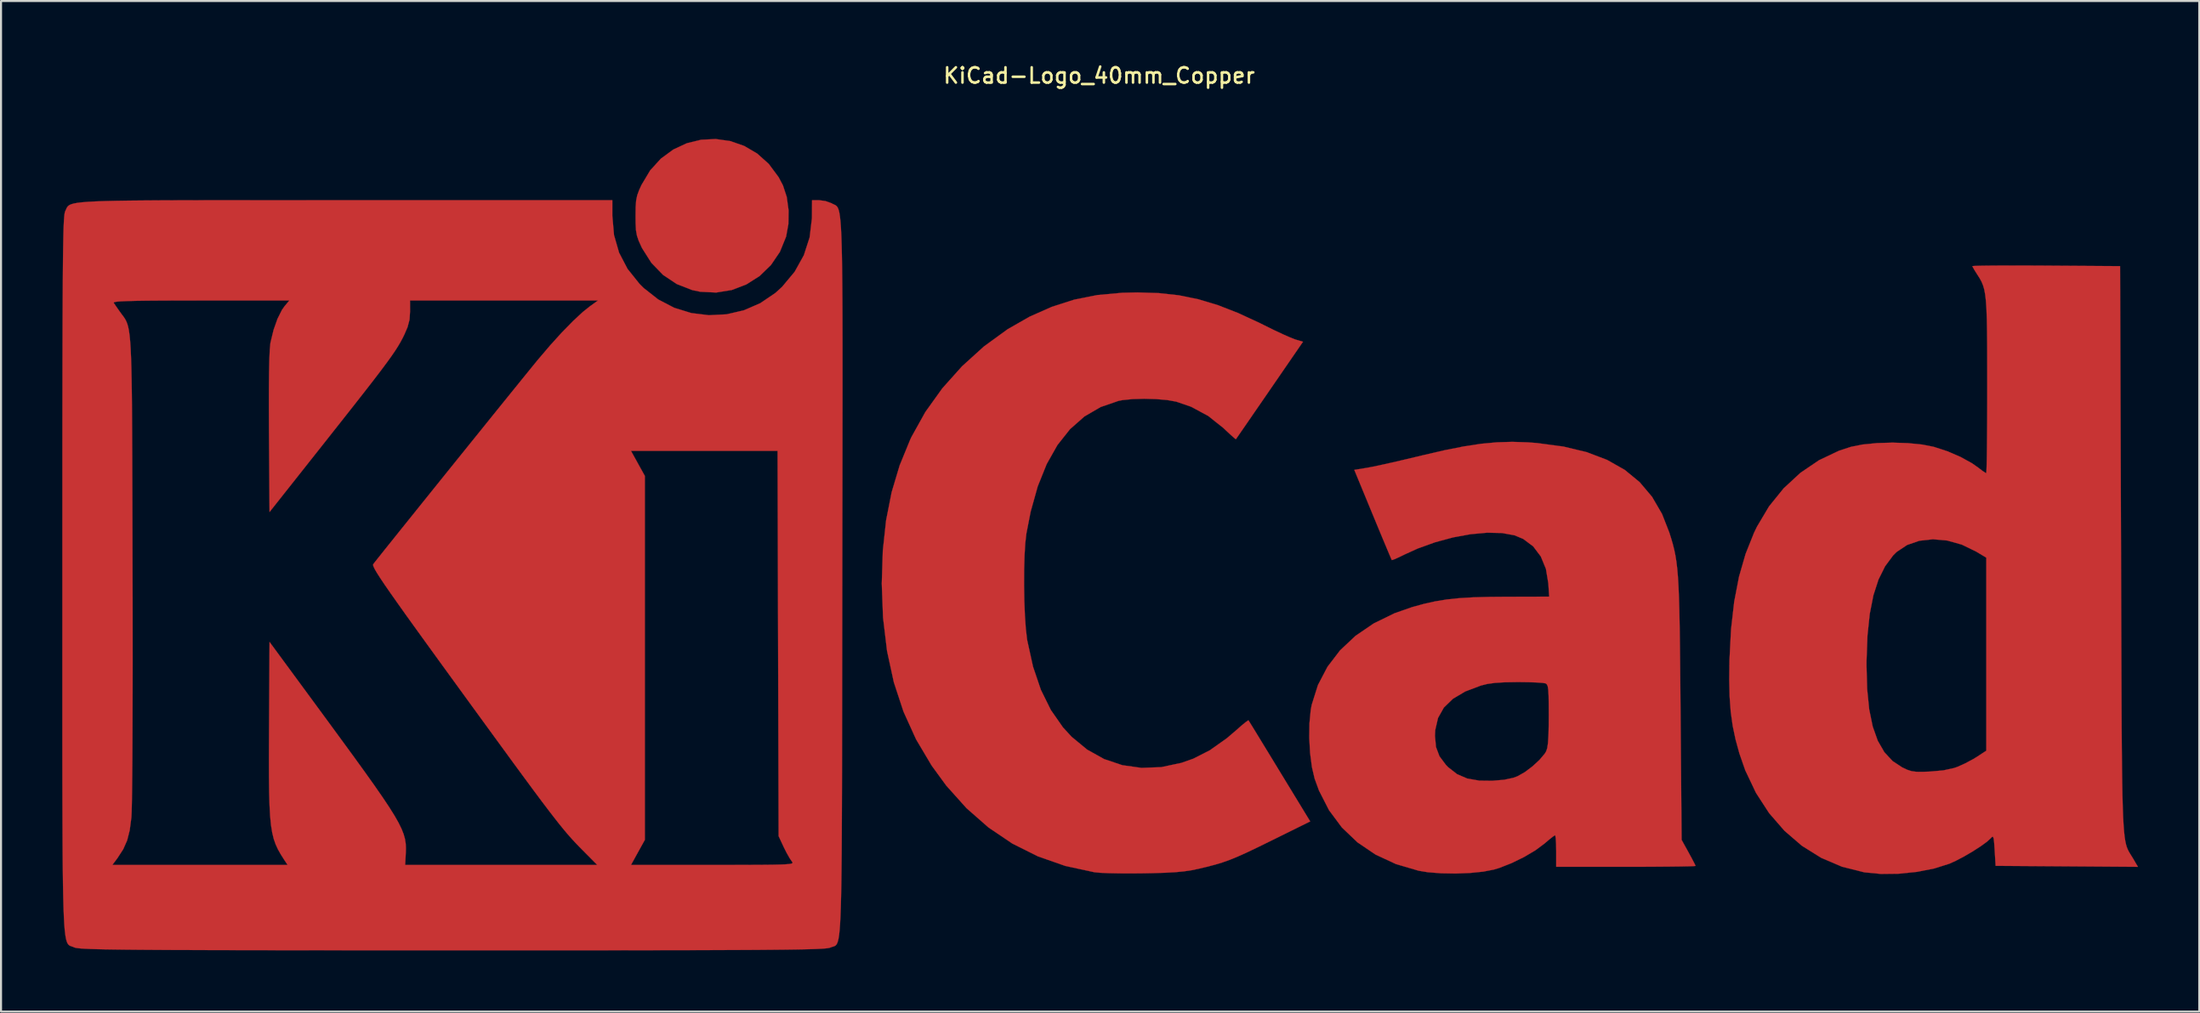
<source format=kicad_pcb>
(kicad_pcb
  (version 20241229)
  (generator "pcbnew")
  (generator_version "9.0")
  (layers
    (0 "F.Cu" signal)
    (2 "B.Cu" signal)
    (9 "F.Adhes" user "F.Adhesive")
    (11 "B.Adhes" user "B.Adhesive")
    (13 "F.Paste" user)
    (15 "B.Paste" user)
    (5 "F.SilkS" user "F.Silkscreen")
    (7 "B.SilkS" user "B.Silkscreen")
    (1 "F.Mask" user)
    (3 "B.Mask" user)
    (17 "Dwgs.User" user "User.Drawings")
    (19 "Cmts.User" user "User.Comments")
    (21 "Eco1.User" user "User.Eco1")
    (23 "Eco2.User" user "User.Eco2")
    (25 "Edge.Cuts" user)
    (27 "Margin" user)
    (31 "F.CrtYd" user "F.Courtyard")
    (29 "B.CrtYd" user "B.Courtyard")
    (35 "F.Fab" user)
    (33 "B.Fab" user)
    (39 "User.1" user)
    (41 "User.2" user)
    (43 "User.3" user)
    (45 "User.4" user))
  (footprint "KiCad-Logo_40mm_Copper"
    (layer "F.Cu")
    (at 50.806 23.518)
    (property "Reference" "KiCad-Logo_40mm_Copper" (at 0 -22.86 0) (layer "F.SilkS") (effects (font (size 0.75 0.75) (thickness 0.125))))
    (attr exclude_from_pos_files exclude_from_bom allow_missing_courtyard)
    (fp_poly (pts (xy -18.076 -19.651) (xy -17.392 -19.413) (xy -16.756 -19.04) (xy -16.187 -18.531) (xy -15.708 -17.886) (xy -15.493 -17.48) (xy -15.306 -16.911) (xy -15.216 -16.254) (xy -15.226 -15.579) (xy -15.337 -14.968) (xy -15.641 -14.22) (xy -16.081 -13.572) (xy -16.635 -13.035) (xy -17.282 -12.624) (xy -17.998 -12.349) (xy -18.761 -12.225) (xy -19.549 -12.263) (xy -19.938 -12.345) (xy -20.695 -12.64) (xy -21.367 -13.089) (xy -21.938 -13.679) (xy -22.393 -14.397) (xy -22.431 -14.475) (xy -22.564 -14.769) (xy -22.647 -15.017) (xy -22.693 -15.278) (xy -22.711 -15.613) (xy -22.714 -15.977) (xy -22.709 -16.415) (xy -22.686 -16.732) (xy -22.634 -16.987) (xy -22.541 -17.243) (xy -22.426 -17.496) (xy -21.998 -18.213) (xy -21.47 -18.793) (xy -20.864 -19.237) (xy -20.201 -19.545) (xy -19.501 -19.716) (xy -18.786 -19.751) (xy -18.076 -19.651)) (stroke (width 0.01) (type solid)) (fill yes) (layer "F.Cu"))
    (fp_poly (pts (xy 2.917 -12.197) (xy 3.899 -12.09) (xy 4.85 -11.898) (xy 5.809 -11.61) (xy 6.815 -11.218) (xy 7.907 -10.711) (xy 8.103 -10.613) (xy 8.554 -10.39) (xy 8.98 -10.19) (xy 9.338 -10.031) (xy 9.586 -9.933) (xy 9.624 -9.92) (xy 9.989 -9.811) (xy 8.354 -7.432) (xy 7.954 -6.85) (xy 7.588 -6.319) (xy 7.27 -5.856) (xy 7.01 -5.479) (xy 6.822 -5.207) (xy 6.718 -5.057) (xy 6.701 -5.033) (xy 6.632 -5.083) (xy 6.463 -5.232) (xy 6.223 -5.454) (xy 6.091 -5.58) (xy 5.343 -6.175) (xy 4.502 -6.627) (xy 3.778 -6.875) (xy 3.343 -6.953) (xy 2.799 -7) (xy 2.209 -7.016) (xy 1.638 -7) (xy 1.148 -6.951) (xy 0.953 -6.914) (xy 0.074 -6.611) (xy -0.719 -6.149) (xy -1.424 -5.528) (xy -2.041 -4.75) (xy -2.569 -3.815) (xy -3.008 -2.723) (xy -3.356 -1.477) (xy -3.564 -0.41) (xy -3.618 0.061) (xy -3.655 0.67) (xy -3.675 1.372) (xy -3.678 2.125) (xy -3.666 2.883) (xy -3.637 3.605) (xy -3.593 4.245) (xy -3.534 4.76) (xy -3.521 4.839) (xy -3.239 6.12) (xy -2.855 7.253) (xy -2.366 8.244) (xy -1.771 9.098) (xy -1.348 9.559) (xy -0.588 10.186) (xy 0.245 10.651) (xy 1.138 10.951) (xy 2.076 11.083) (xy 3.045 11.046) (xy 4.031 10.837) (xy 4.614 10.632) (xy 5.422 10.221) (xy 6.253 9.633) (xy 6.719 9.235) (xy 6.981 9.004) (xy 7.187 8.835) (xy 7.304 8.754) (xy 7.318 8.751) (xy 7.37 8.835) (xy 7.506 9.054) (xy 7.713 9.392) (xy 7.979 9.829) (xy 8.295 10.346) (xy 8.647 10.924) (xy 8.843 11.246) (xy 10.342 13.707) (xy 8.471 14.632) (xy 7.795 14.964) (xy 7.247 15.226) (xy 6.794 15.43) (xy 6.402 15.591) (xy 6.039 15.72) (xy 5.67 15.831) (xy 5.262 15.937) (xy 4.871 16.03) (xy 4.523 16.102) (xy 4.159 16.156) (xy 3.744 16.196) (xy 3.239 16.224) (xy 2.609 16.244) (xy 2.185 16.252) (xy 1.579 16.258) (xy 0.999 16.255) (xy 0.481 16.245) (xy 0.066 16.227) (xy -0.209 16.202) (xy -0.226 16.2) (xy -1.656 15.891) (xy -2.999 15.421) (xy -4.254 14.793) (xy -5.421 14.005) (xy -6.499 13.058) (xy -7.489 11.953) (xy -8.206 10.97) (xy -8.969 9.684) (xy -9.585 8.326) (xy -10.059 6.885) (xy -10.392 5.35) (xy -10.588 3.711) (xy -10.65 2.046) (xy -10.599 0.435) (xy -10.439 -1.051) (xy -10.166 -2.437) (xy -9.774 -3.749) (xy -9.257 -5.012) (xy -9.196 -5.142) (xy -8.516 -6.365) (xy -7.682 -7.529) (xy -6.716 -8.609) (xy -5.643 -9.582) (xy -4.485 -10.424) (xy -3.407 -11.041) (xy -2.317 -11.524) (xy -1.225 -11.875) (xy -0.089 -12.101) (xy 1.135 -12.213) (xy 1.866 -12.23) (xy 2.917 -12.197)) (stroke (width 0.01) (type solid)) (fill yes) (layer "F.Cu"))
    (fp_poly (pts (xy 45.37 -13.548) (xy 46.144 -13.545) (xy 46.407 -13.543) (xy 50.026 -13.519) (xy 50.072 0.364) (xy 50.078 2.247) (xy 50.083 3.956) (xy 50.088 5.501) (xy 50.093 6.891) (xy 50.098 8.133) (xy 50.104 9.238) (xy 50.111 10.214) (xy 50.12 11.07) (xy 50.13 11.814) (xy 50.142 12.456) (xy 50.157 13.005) (xy 50.174 13.468) (xy 50.195 13.855) (xy 50.219 14.176) (xy 50.246 14.438) (xy 50.278 14.651) (xy 50.314 14.823) (xy 50.355 14.963) (xy 50.401 15.08) (xy 50.453 15.184) (xy 50.511 15.282) (xy 50.574 15.384) (xy 50.644 15.498) (xy 50.659 15.522) (xy 50.9 15.934) (xy 43.927 15.886) (xy 43.881 15.12) (xy 43.856 14.753) (xy 43.83 14.54) (xy 43.795 14.456) (xy 43.743 14.473) (xy 43.699 14.522) (xy 43.507 14.699) (xy 43.195 14.926) (xy 42.806 15.177) (xy 42.384 15.424) (xy 41.974 15.64) (xy 41.659 15.782) (xy 40.921 16.015) (xy 40.074 16.181) (xy 39.181 16.272) (xy 38.304 16.282) (xy 37.506 16.205) (xy 37.493 16.203) (xy 36.401 15.929) (xy 35.379 15.492) (xy 34.436 14.903) (xy 33.583 14.169) (xy 32.829 13.301) (xy 32.185 12.308) (xy 31.659 11.2) (xy 31.373 10.378) (xy 31.185 9.691) (xy 31.045 9.026) (xy 30.949 8.342) (xy 30.894 7.599) (xy 30.875 6.757) (xy 30.883 6.069) (xy 37.601 6.069) (xy 37.633 7.222) (xy 37.733 8.215) (xy 37.905 9.055) (xy 38.152 9.752) (xy 38.476 10.314) (xy 38.881 10.75) (xy 39.348 11.058) (xy 39.592 11.173) (xy 39.803 11.242) (xy 40.038 11.274) (xy 40.354 11.276) (xy 40.695 11.264) (xy 41.364 11.205) (xy 41.894 11.089) (xy 42.06 11.031) (xy 42.44 10.86) (xy 42.841 10.645) (xy 43.016 10.538) (xy 43.471 10.239) (xy 43.471 0.776) (xy 42.971 0.476) (xy 42.272 0.136) (xy 41.559 -0.064) (xy 40.856 -0.127) (xy 40.191 -0.054) (xy 39.589 0.154) (xy 39.075 0.496) (xy 38.91 0.66) (xy 38.511 1.197) (xy 38.188 1.848) (xy 37.938 2.623) (xy 37.759 3.534) (xy 37.648 4.591) (xy 37.603 5.807) (xy 37.601 6.069) (xy 30.883 6.069) (xy 30.887 5.783) (xy 30.964 4.284) (xy 31.118 2.932) (xy 31.354 1.708) (xy 31.676 0.59) (xy 32.087 -0.439) (xy 32.234 -0.744) (xy 32.825 -1.739) (xy 33.54 -2.623) (xy 34.361 -3.383) (xy 35.272 -4.002) (xy 36.255 -4.469) (xy 36.845 -4.661) (xy 37.424 -4.775) (xy 38.121 -4.843) (xy 38.877 -4.865) (xy 39.634 -4.84) (xy 40.333 -4.77) (xy 40.895 -4.659) (xy 41.563 -4.442) (xy 42.211 -4.162) (xy 42.777 -3.849) (xy 43.079 -3.636) (xy 43.287 -3.478) (xy 43.433 -3.382) (xy 43.466 -3.368) (xy 43.476 -3.457) (xy 43.486 -3.709) (xy 43.495 -4.108) (xy 43.502 -4.635) (xy 43.508 -5.273) (xy 43.513 -6.005) (xy 43.516 -6.811) (xy 43.517 -7.633) (xy 43.516 -8.685) (xy 43.514 -9.572) (xy 43.507 -10.311) (xy 43.496 -10.919) (xy 43.478 -11.413) (xy 43.452 -11.809) (xy 43.416 -12.125) (xy 43.369 -12.378) (xy 43.308 -12.584) (xy 43.234 -12.762) (xy 43.144 -12.926) (xy 43.036 -13.096) (xy 43.022 -13.117) (xy 42.884 -13.336) (xy 42.8 -13.487) (xy 42.789 -13.518) (xy 42.876 -13.528) (xy 43.127 -13.537) (xy 43.521 -13.543) (xy 44.039 -13.547) (xy 44.662 -13.549) (xy 45.37 -13.548)) (stroke (width 0.01) (type solid)) (fill yes) (layer "F.Cu"))
    (fp_poly (pts (xy 21.003 -4.879) (xy 21.454 -4.845) (xy 22.745 -4.673) (xy 23.888 -4.399) (xy 24.889 -4.019) (xy 25.753 -3.53) (xy 26.486 -2.927) (xy 27.094 -2.207) (xy 27.583 -1.365) (xy 27.939 -0.455) (xy 28.03 -0.165) (xy 28.109 0.107) (xy 28.177 0.375) (xy 28.235 0.654) (xy 28.284 0.958) (xy 28.325 1.303) (xy 28.36 1.702) (xy 28.388 2.171) (xy 28.411 2.723) (xy 28.43 3.374) (xy 28.445 4.139) (xy 28.458 5.031) (xy 28.469 6.066) (xy 28.48 7.259) (xy 28.488 8.194) (xy 28.541 14.612) (xy 28.882 15.229) (xy 29.044 15.527) (xy 29.164 15.758) (xy 29.222 15.881) (xy 29.224 15.89) (xy 29.136 15.899) (xy 28.886 15.908) (xy 28.494 15.916) (xy 27.979 15.922) (xy 27.362 15.927) (xy 26.663 15.931) (xy 25.901 15.932) (xy 25.81 15.932) (xy 22.396 15.932) (xy 22.396 15.158) (xy 22.39 14.808) (xy 22.374 14.541) (xy 22.352 14.398) (xy 22.342 14.384) (xy 22.252 14.44) (xy 22.066 14.586) (xy 21.824 14.791) (xy 21.819 14.795) (xy 21.378 15.124) (xy 20.82 15.454) (xy 20.21 15.752) (xy 19.61 15.988) (xy 19.346 16.068) (xy 18.82 16.17) (xy 18.175 16.235) (xy 17.469 16.263) (xy 16.762 16.251) (xy 16.113 16.2) (xy 15.659 16.126) (xy 14.545 15.799) (xy 13.542 15.333) (xy 12.657 14.733) (xy 11.896 14.006) (xy 11.265 13.158) (xy 10.772 12.193) (xy 10.559 11.608) (xy 10.426 11.039) (xy 10.338 10.356) (xy 10.297 9.622) (xy 10.298 9.515) (xy 16.455 9.515) (xy 16.506 10.06) (xy 16.676 10.513) (xy 16.991 10.934) (xy 17.111 11.057) (xy 17.54 11.391) (xy 18.036 11.604) (xy 18.63 11.708) (xy 19.256 11.715) (xy 19.849 11.665) (xy 20.304 11.567) (xy 20.501 11.493) (xy 20.857 11.292) (xy 21.233 11.009) (xy 21.577 10.691) (xy 21.834 10.386) (xy 21.902 10.274) (xy 21.955 10.117) (xy 21.993 9.868) (xy 22.017 9.502) (xy 22.029 8.996) (xy 22.032 8.514) (xy 22.03 7.952) (xy 22.023 7.546) (xy 22.008 7.269) (xy 21.983 7.094) (xy 21.944 6.996) (xy 21.889 6.947) (xy 21.872 6.939) (xy 21.725 6.915) (xy 21.435 6.895) (xy 21.042 6.882) (xy 20.583 6.876) (xy 20.484 6.876) (xy 19.871 6.886) (xy 19.398 6.915) (xy 19.022 6.967) (xy 18.711 7.044) (xy 17.941 7.335) (xy 17.337 7.693) (xy 16.893 8.124) (xy 16.606 8.633) (xy 16.469 9.227) (xy 16.455 9.515) (xy 10.298 9.515) (xy 10.306 8.899) (xy 10.368 8.252) (xy 10.416 7.991) (xy 10.722 7.02) (xy 11.189 6.127) (xy 11.806 5.32) (xy 12.565 4.607) (xy 13.458 3.998) (xy 14.475 3.501) (xy 15.34 3.199) (xy 15.918 3.04) (xy 16.471 2.917) (xy 17.034 2.825) (xy 17.644 2.761) (xy 18.337 2.72) (xy 19.147 2.698) (xy 19.88 2.692) (xy 22.052 2.686) (xy 22.01 2.033) (xy 21.892 1.324) (xy 21.641 0.715) (xy 21.267 0.221) (xy 20.781 -0.143) (xy 20.354 -0.321) (xy 19.741 -0.433) (xy 19.011 -0.449) (xy 18.199 -0.375) (xy 17.339 -0.217) (xy 16.465 0.019) (xy 15.61 0.327) (xy 14.989 0.609) (xy 14.691 0.754) (xy 14.463 0.855) (xy 14.347 0.895) (xy 14.341 0.893) (xy 14.301 0.805) (xy 14.201 0.571) (xy 14.051 0.213) (xy 13.859 -0.246) (xy 13.636 -0.784) (xy 13.409 -1.332) (xy 12.503 -3.529) (xy 13.148 -3.635) (xy 13.427 -3.688) (xy 13.847 -3.777) (xy 14.372 -3.894) (xy 14.965 -4.032) (xy 15.592 -4.181) (xy 15.841 -4.241) (xy 16.919 -4.491) (xy 17.864 -4.679) (xy 18.709 -4.808) (xy 19.491 -4.881) (xy 20.243 -4.904) (xy 21.003 -4.879)) (stroke (width 0.01) (type solid)) (fill yes) (layer "F.Cu"))
    (fp_poly (pts (xy -39.491 -16.752) (xy -37.737 -16.751) (xy -36.921 -16.751) (xy -23.852 -16.751) (xy -23.852 -15.981) (xy -23.77 -15.043) (xy -23.522 -14.179) (xy -23.106 -13.382) (xy -22.519 -12.648) (xy -22.32 -12.449) (xy -21.606 -11.887) (xy -20.819 -11.476) (xy -19.982 -11.218) (xy -19.118 -11.112) (xy -18.251 -11.157) (xy -17.405 -11.354) (xy -16.602 -11.703) (xy -15.866 -12.202) (xy -15.535 -12.503) (xy -14.919 -13.242) (xy -14.468 -14.054) (xy -14.184 -14.931) (xy -14.073 -15.863) (xy -14.071 -15.955) (xy -14.066 -16.751) (xy -13.715 -16.751) (xy -13.405 -16.709) (xy -13.121 -16.607) (xy -13.102 -16.596) (xy -13.038 -16.563) (xy -12.98 -16.537) (xy -12.926 -16.511) (xy -12.877 -16.477) (xy -12.832 -16.428) (xy -12.792 -16.356) (xy -12.756 -16.254) (xy -12.724 -16.114) (xy -12.696 -15.928) (xy -12.672 -15.689) (xy -12.65 -15.39) (xy -12.632 -15.023) (xy -12.617 -14.58) (xy -12.604 -14.054) (xy -12.594 -13.438) (xy -12.586 -12.723) (xy -12.58 -11.902) (xy -12.576 -10.968) (xy -12.574 -9.913) (xy -12.573 -8.73) (xy -12.573 -7.411) (xy -12.575 -5.948) (xy -12.577 -4.335) (xy -12.579 -2.562) (xy -12.582 -0.624) (xy -12.585 1.488) (xy -12.585 1.745) (xy -12.588 3.871) (xy -12.59 5.822) (xy -12.592 7.606) (xy -12.595 9.23) (xy -12.597 10.703) (xy -12.6 12.031) (xy -12.604 13.223) (xy -12.609 14.285) (xy -12.615 15.225) (xy -12.623 16.051) (xy -12.632 16.77) (xy -12.644 17.391) (xy -12.658 17.919) (xy -12.674 18.364) (xy -12.693 18.732) (xy -12.715 19.031) (xy -12.74 19.268) (xy -12.769 19.452) (xy -12.801 19.589) (xy -12.838 19.688) (xy -12.878 19.755) (xy -12.923 19.798) (xy -12.973 19.825) (xy -13.027 19.844) (xy -13.087 19.861) (xy -13.152 19.885) (xy -13.168 19.892) (xy -13.218 19.908) (xy -13.302 19.923) (xy -13.426 19.937) (xy -13.599 19.949) (xy -13.828 19.961) (xy -14.12 19.971) (xy -14.481 19.98) (xy -14.921 19.988) (xy -15.445 19.995) (xy -16.061 20.001) (xy -16.777 20.007) (xy -17.599 20.011) (xy -18.536 20.015) (xy -19.594 20.019) (xy -20.78 20.021) (xy -22.103 20.023) (xy -23.569 20.025) (xy -25.185 20.026) (xy -26.96 20.026) (xy -28.899 20.027) (xy -31.011 20.027) (xy -31.695 20.027) (xy -33.854 20.026) (xy -35.839 20.026) (xy -37.656 20.025) (xy -39.313 20.024) (xy -40.818 20.022) (xy -42.177 20.02) (xy -43.399 20.018) (xy -44.491 20.014) (xy -45.459 20.011) (xy -46.312 20.006) (xy -47.057 20.001) (xy -47.701 19.995) (xy -48.252 19.988) (xy -48.717 19.981) (xy -49.103 19.972) (xy -49.419 19.962) (xy -49.67 19.951) (xy -49.865 19.94) (xy -50.011 19.926) (xy -50.116 19.912) (xy -50.186 19.896) (xy -50.225 19.882) (xy -50.293 19.853) (xy -50.355 19.832) (xy -50.413 19.811) (xy -50.465 19.782) (xy -50.512 19.738) (xy -50.555 19.672) (xy -50.593 19.576) (xy -50.627 19.442) (xy -50.657 19.262) (xy -50.684 19.031) (xy -50.707 18.739) (xy -50.726 18.379) (xy -50.743 17.944) (xy -50.757 17.426) (xy -50.769 16.818) (xy -50.778 16.112) (xy -50.781 15.841) (xy -48.351 15.841) (xy -39.763 15.841) (xy -39.929 15.591) (xy -40.093 15.333) (xy -40.232 15.088) (xy -40.348 14.838) (xy -40.443 14.567) (xy -40.518 14.255) (xy -40.577 13.888) (xy -40.62 13.447) (xy -40.649 12.916) (xy -40.668 12.277) (xy -40.677 11.513) (xy -40.679 10.607) (xy -40.675 9.542) (xy -40.673 9.146) (xy -40.649 4.907) (xy -37.963 8.563) (xy -37.203 9.601) (xy -36.543 10.504) (xy -35.979 11.285) (xy -35.502 11.956) (xy -35.105 12.529) (xy -34.781 13.015) (xy -34.523 13.428) (xy -34.325 13.778) (xy -34.178 14.078) (xy -34.076 14.34) (xy -34.011 14.575) (xy -33.977 14.796) (xy -33.967 15.014) (xy -33.972 15.242) (xy -33.974 15.271) (xy -34.003 15.841) (xy -29.297 15.841) (xy -24.592 15.841) (xy -25.292 15.135) (xy -25.482 14.942) (xy -25.662 14.754) (xy -25.84 14.561) (xy -26.025 14.353) (xy -26.223 14.118) (xy -26.443 13.848) (xy -26.693 13.53) (xy -26.981 13.156) (xy -27.315 12.715) (xy -27.702 12.195) (xy -28.15 11.588) (xy -28.668 10.883) (xy -29.262 10.068) (xy -29.942 9.135) (xy -30.716 8.072) (xy -31.349 7.2) (xy -32.145 6.104) (xy -32.838 5.147) (xy -33.437 4.317) (xy -33.947 3.608) (xy -34.373 3.008) (xy -34.724 2.51) (xy -35.005 2.104) (xy -35.221 1.781) (xy -35.38 1.532) (xy -35.488 1.348) (xy -35.551 1.22) (xy -35.576 1.139) (xy -35.568 1.096) (xy -35.48 0.982) (xy -35.288 0.74) (xy -35.006 0.386) (xy -34.643 -0.067) (xy -34.213 -0.604) (xy -33.725 -1.211) (xy -33.193 -1.874) (xy -32.627 -2.578) (xy -32.039 -3.309) (xy -31.441 -4.052) (xy -31.111 -4.461) (xy -22.938 -4.461) (xy -22.599 -3.846) (xy -22.259 -3.232) (xy -22.259 14.612) (xy -22.599 15.226) (xy -22.938 15.841) (xy -18.92 15.841) (xy -17.961 15.841) (xy -17.169 15.839) (xy -16.528 15.836) (xy -16.024 15.831) (xy -15.642 15.823) (xy -15.366 15.812) (xy -15.181 15.796) (xy -15.071 15.776) (xy -15.023 15.75) (xy -15.021 15.718) (xy -15.048 15.679) (xy -15.049 15.679) (xy -15.163 15.513) (xy -15.315 15.243) (xy -15.45 14.974) (xy -15.704 14.43) (xy -15.73 4.984) (xy -15.756 -4.461) (xy -22.938 -4.461) (xy -31.111 -4.461) (xy -30.843 -4.794) (xy -30.258 -5.519) (xy -29.698 -6.215) (xy -29.173 -6.865) (xy -28.695 -7.456) (xy -28.276 -7.974) (xy -27.928 -8.403) (xy -27.661 -8.731) (xy -27.505 -8.922) (xy -26.897 -9.636) (xy -26.312 -10.281) (xy -25.77 -10.834) (xy -25.293 -11.276) (xy -24.954 -11.547) (xy -24.553 -11.835) (xy -33.766 -11.835) (xy -33.764 -11.295) (xy -33.789 -10.897) (xy -33.886 -10.529) (xy -34.036 -10.179) (xy -34.133 -9.982) (xy -34.238 -9.786) (xy -34.36 -9.58) (xy -34.508 -9.349) (xy -34.692 -9.081) (xy -34.922 -8.763) (xy -35.206 -8.382) (xy -35.556 -7.924) (xy -35.98 -7.378) (xy -36.488 -6.729) (xy -37.089 -5.966) (xy -37.793 -5.075) (xy -37.872 -4.974) (xy -40.649 -1.463) (xy -40.676 -5.352) (xy -40.681 -6.516) (xy -40.68 -7.503) (xy -40.672 -8.313) (xy -40.658 -8.952) (xy -40.637 -9.421) (xy -40.609 -9.725) (xy -40.599 -9.783) (xy -40.452 -10.39) (xy -40.259 -10.937) (xy -40.038 -11.377) (xy -39.906 -11.563) (xy -39.677 -11.835) (xy -44.015 -11.835) (xy -45.05 -11.834) (xy -45.915 -11.831) (xy -46.623 -11.826) (xy -47.188 -11.818) (xy -47.62 -11.807) (xy -47.934 -11.793) (xy -48.141 -11.775) (xy -48.254 -11.753) (xy -48.286 -11.727) (xy -48.284 -11.721) (xy -48.192 -11.583) (xy -48.039 -11.363) (xy -47.959 -11.251) (xy -47.877 -11.14) (xy -47.803 -11.041) (xy -47.737 -10.944) (xy -47.679 -10.838) (xy -47.627 -10.716) (xy -47.582 -10.566) (xy -47.542 -10.378) (xy -47.509 -10.144) (xy -47.48 -9.854) (xy -47.456 -9.497) (xy -47.436 -9.063) (xy -47.42 -8.544) (xy -47.407 -7.929) (xy -47.396 -7.208) (xy -47.388 -6.372) (xy -47.382 -5.411) (xy -47.377 -4.315) (xy -47.373 -3.075) (xy -47.369 -1.68) (xy -47.365 -0.121) (xy -47.362 1.311) (xy -47.358 2.908) (xy -47.357 4.431) (xy -47.356 5.872) (xy -47.358 7.219) (xy -47.361 8.464) (xy -47.365 9.597) (xy -47.37 10.608) (xy -47.377 11.487) (xy -47.385 12.225) (xy -47.395 12.812) (xy -47.405 13.238) (xy -47.417 13.493) (xy -47.419 13.52) (xy -47.5 14.139) (xy -47.625 14.635) (xy -47.817 15.069) (xy -48.095 15.498) (xy -48.129 15.545) (xy -48.351 15.841) (xy -50.781 15.841) (xy -50.786 15.3) (xy -50.791 14.376) (xy -50.795 13.332) (xy -50.798 12.159) (xy -50.8 10.851) (xy -50.801 9.4) (xy -50.801 7.798) (xy -50.801 6.038) (xy -50.8 4.113) (xy -50.8 2.014) (xy -50.8 1.598) (xy -50.8 -0.523) (xy -50.799 -2.469) (xy -50.799 -4.248) (xy -50.798 -5.867) (xy -50.796 -7.334) (xy -50.794 -8.656) (xy -50.791 -9.841) (xy -50.788 -10.897) (xy -50.784 -11.83) (xy -50.779 -12.648) (xy -50.774 -13.359) (xy -50.768 -13.97) (xy -50.76 -14.488) (xy -50.752 -14.922) (xy -50.743 -15.278) (xy -50.733 -15.564) (xy -50.721 -15.788) (xy -50.708 -15.956) (xy -50.694 -16.077) (xy -50.679 -16.158) (xy -50.663 -16.207) (xy -50.662 -16.208) (xy -50.628 -16.282) (xy -50.599 -16.349) (xy -50.567 -16.409) (xy -50.524 -16.463) (xy -50.46 -16.511) (xy -50.367 -16.553) (xy -50.236 -16.59) (xy -50.057 -16.623) (xy -49.824 -16.65) (xy -49.525 -16.674) (xy -49.154 -16.693) (xy -48.701 -16.709) (xy -48.157 -16.722) (xy -47.514 -16.732) (xy -46.762 -16.739) (xy -45.894 -16.745) (xy -44.9 -16.748) (xy -43.771 -16.75) (xy -42.5 -16.751) (xy -41.076 -16.752) (xy -39.491 -16.752)) (stroke (width 0.01) (type solid)) (fill yes) (layer "F.Cu")))
  (gr_rect
    (start -3 -3)
    (end 104.711 46.55)
    (stroke (width 0.1) (type default))
    (fill no)
    (layer "Edge.Cuts")))
</source>
